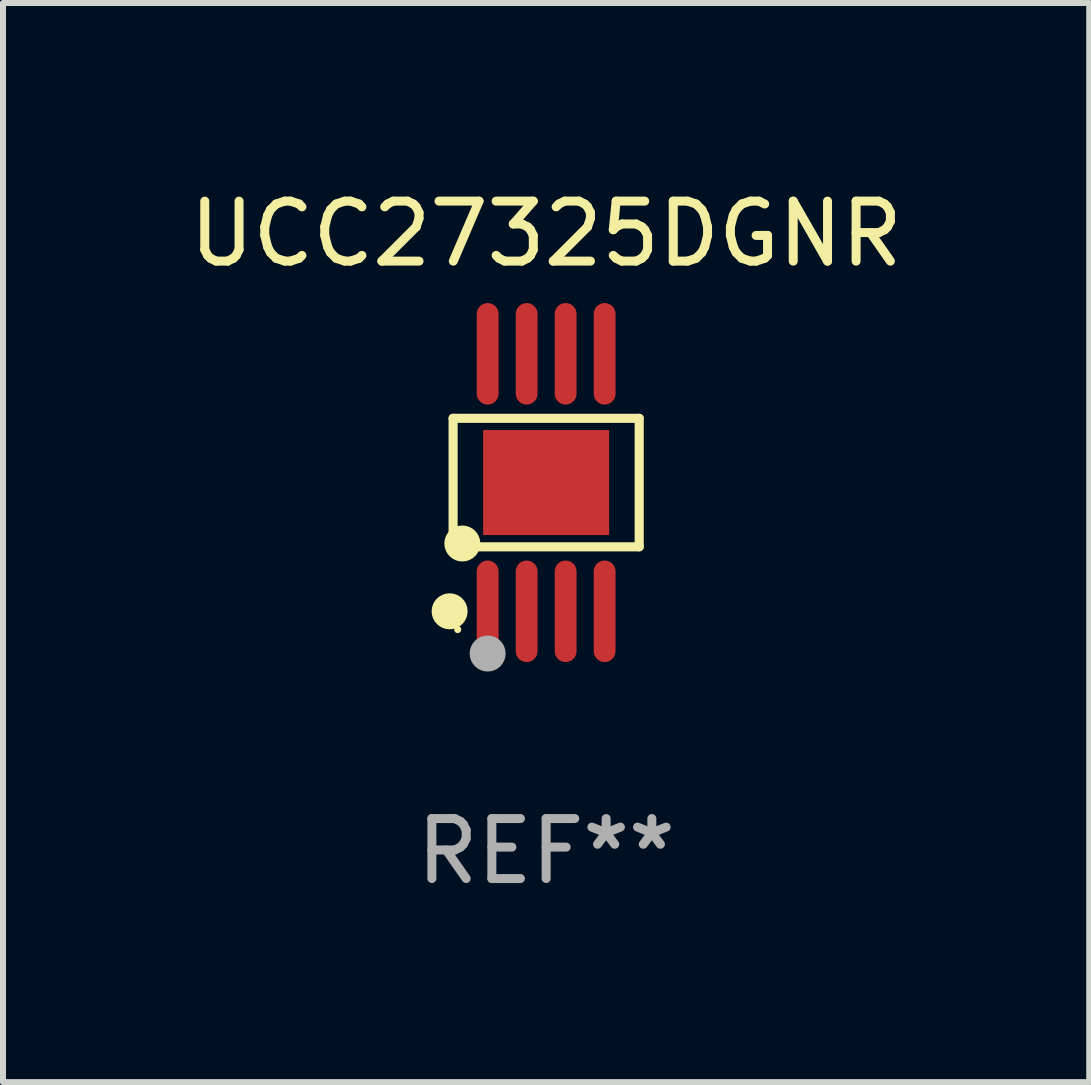
<source format=kicad_pcb>
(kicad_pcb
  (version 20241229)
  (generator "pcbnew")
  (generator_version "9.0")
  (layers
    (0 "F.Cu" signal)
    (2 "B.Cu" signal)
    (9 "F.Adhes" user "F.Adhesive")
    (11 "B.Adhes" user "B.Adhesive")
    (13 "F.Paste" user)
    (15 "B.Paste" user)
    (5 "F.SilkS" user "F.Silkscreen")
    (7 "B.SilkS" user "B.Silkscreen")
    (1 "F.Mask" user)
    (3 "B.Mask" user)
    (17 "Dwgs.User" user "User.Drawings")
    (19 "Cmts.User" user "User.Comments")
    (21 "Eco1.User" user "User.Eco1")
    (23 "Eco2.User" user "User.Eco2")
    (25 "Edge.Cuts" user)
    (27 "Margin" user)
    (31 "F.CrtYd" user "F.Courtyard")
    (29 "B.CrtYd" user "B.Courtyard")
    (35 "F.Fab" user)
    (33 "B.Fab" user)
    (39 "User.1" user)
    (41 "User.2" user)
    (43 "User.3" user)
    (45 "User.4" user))
  (footprint "UCC27325DGNR"
    (layer "F.Cu")
    (at 6.054 4.994)
    (property "Reference" "UCC27325DGNR" (at 0 -4.146 0) (layer "F.SilkS") (effects (font (size 1 1) (thickness 0.15))))
    (attr through_hole)
    (fp_line (start -1.551 -1.071) (end 1.551 -1.071) (stroke (width 0.152) (type solid)) (layer "F.SilkS"))
    (fp_line (start -1.551 1.071) (end -1.551 -1.071) (stroke (width 0.152) (type solid)) (layer "F.SilkS"))
    (fp_line (start 1.551 -1.071) (end 1.551 1.071) (stroke (width 0.152) (type solid)) (layer "F.SilkS"))
    (fp_line (start 1.551 1.071) (end -1.551 1.071) (stroke (width 0.152) (type solid)) (layer "F.SilkS"))
    (fp_circle (center -1.609 2.146) (end -1.459 2.146) (stroke (width 0.3) (type solid)) (fill no) (layer "F.SilkS"))
    (fp_circle (center -1.475 2.45) (end -1.445 2.45) (stroke (width 0.06) (type solid)) (fill no) (layer "F.SilkS"))
    (fp_circle (center -1.397 1.016) (end -1.247 1.016) (stroke (width 0.3) (type solid)) (fill no) (layer "F.SilkS"))
    (fp_circle (center -0.975 2.85) (end -0.825 2.85) (stroke (width 0.3) (type solid)) (fill no) (layer "F.Fab"))
    (fp_text user "REF**" (at 0 6.146 0) (layer "F.Fab") (effects (font (size 1 1) (thickness 0.15))))
    (pad "1" smd oval (at -0.975 2.146) (size 0.364 1.692) (layers "F.Cu" "F.Mask" "F.Paste"))
    (pad "2" smd oval (at -0.325 2.146) (size 0.364 1.692) (layers "F.Cu" "F.Mask" "F.Paste"))
    (pad "3" smd oval (at 0.325 2.146) (size 0.364 1.692) (layers "F.Cu" "F.Mask" "F.Paste"))
    (pad "4" smd oval (at 0.975 2.146) (size 0.364 1.692) (layers "F.Cu" "F.Mask" "F.Paste"))
    (pad "5" smd oval (at 0.975 -2.146) (size 0.364 1.692) (layers "F.Cu" "F.Mask" "F.Paste"))
    (pad "6" smd oval (at 0.325 -2.146) (size 0.364 1.692) (layers "F.Cu" "F.Mask" "F.Paste"))
    (pad "7" smd oval (at -0.325 -2.146) (size 0.364 1.692) (layers "F.Cu" "F.Mask" "F.Paste"))
    (pad "8" smd oval (at -0.975 -2.146) (size 0.364 1.692) (layers "F.Cu" "F.Mask" "F.Paste"))
    (pad "9" smd rect (at 0 0) (size 2.1 1.75) (layers "F.Cu" "F.Mask" "F.Paste")))
  (gr_rect
    (start -3 -3)
    (end 15.107 14.989)
    (stroke (width 0.1) (type default))
    (fill no)
    (layer "Edge.Cuts")))
</source>
